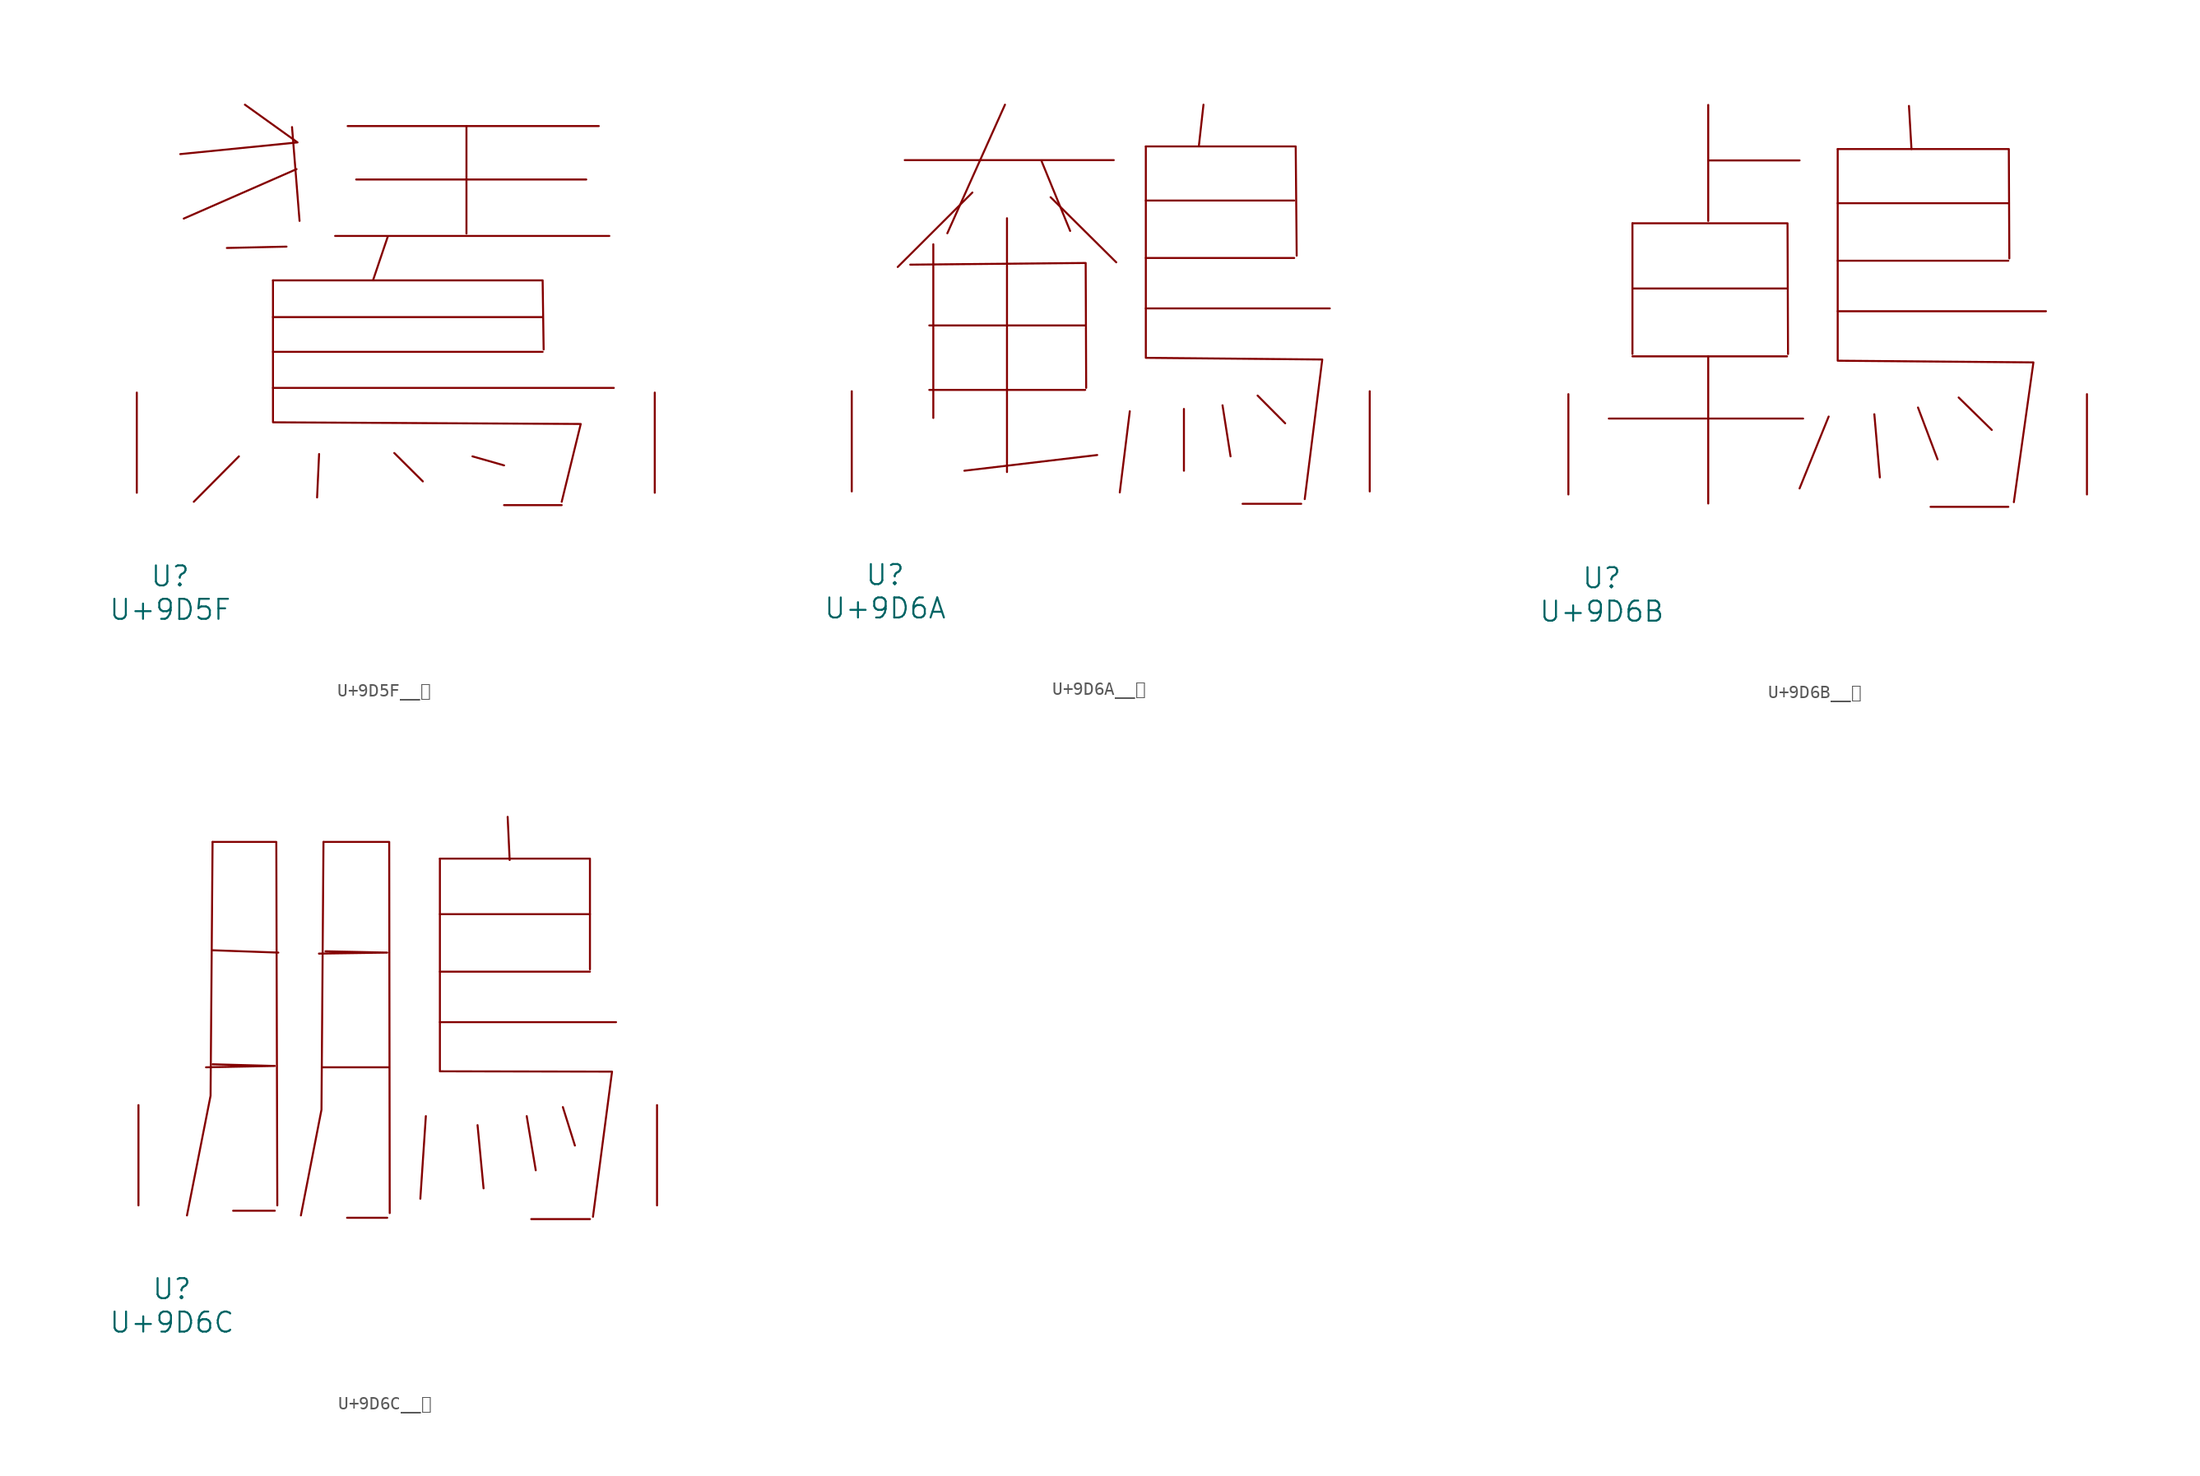
<source format=kicad_sym>
(kicad_symbol_lib
  (version 20231120)
  (generator "kicad_symbol_editor")
  (generator_version "8.0")
  (symbol "U+9D5F__鵟"
    (pin_names
      (offset 1.016))
    (property "Reference" "U"
      (at 0 -6.35 0)
      (effects (font (size 1.524 1.524))))
    (property "Value" "U+9D5F"
      (at 0 -8.89 0)
      (effects (font (size 1.524 1.524))))
    (symbol "U+9D5F__鵟_0_1"
      (polyline (pts (xy 5.22 2.769) (xy 1.791 -0.686)) (stroke (width 0) (type solid)) (fill (type none)))
      (polyline (pts (xy 7.811 7.976) (xy 33.718 7.976)) (stroke (width 0) (type solid)) (fill (type none)))
      (polyline (pts (xy 7.811 10.719) (xy 28.308 10.719)) (stroke (width 0) (type solid)) (fill (type none)))
      (polyline (pts (xy 7.811 13.36) (xy 28.308 13.36)) (stroke (width 0) (type solid)) (fill (type none)))
      (polyline (pts (xy 8.839 18.72) (xy 4.305 18.618)) (stroke (width 0) (type solid)) (fill (type none)))
      (polyline (pts (xy 9.258 27.813) (xy 9.83 20.676)) (stroke (width 0) (type solid)) (fill (type none)))
      (polyline (pts (xy 9.601 24.613) (xy 1.029 20.853)) (stroke (width 0) (type solid)) (fill (type none)))
      (polyline (pts (xy 11.316 2.946) (xy 11.163 -0.356)) (stroke (width 0) (type solid)) (fill (type none)))
      (polyline (pts (xy 12.535 19.533) (xy 33.376 19.533)) (stroke (width 0) (type solid)) (fill (type none)))
      (polyline (pts (xy 13.487 27.889) (xy 32.575 27.889)) (stroke (width 0) (type solid)) (fill (type none)))
      (polyline (pts (xy 14.135 23.825) (xy 31.623 23.825)) (stroke (width 0) (type solid)) (fill (type none)))
      (polyline (pts (xy 16.535 19.482) (xy 15.431 16.205)) (stroke (width 0) (type solid)) (fill (type none)))
      (polyline (pts (xy 17.031 3.023) (xy 19.202 0.864)) (stroke (width 0) (type solid)) (fill (type none)))
      (polyline (pts (xy 22.517 27.889) (xy 22.517 19.71)) (stroke (width 0) (type solid)) (fill (type none)))
      (polyline (pts (xy 22.974 2.769) (xy 25.375 2.083)) (stroke (width 0) (type solid)) (fill (type none)))
      (polyline (pts (xy 25.375 -0.94) (xy 29.756 -0.94)) (stroke (width 0) (type solid)) (fill (type none)))
      (polyline (pts (xy 5.677 29.515) (xy 9.677 26.645) (xy 0.762 25.756)) (stroke (width 0) (type solid)) (fill (type none)))
      (polyline (pts (xy 7.811 16.154) (xy 28.308 16.154) (xy 28.384 10.897)) (stroke (width 0) (type solid)) (fill (type none)))
      (polyline (pts (xy 7.811 16.154) (xy 7.811 5.359) (xy 31.204 5.232) (xy 29.756 -0.686)) (stroke (width 0) (type solid)) (fill (type none)))
      (pin input line (at -2.54 0 90) (length 7.62) (name "~" (effects (font (size 1.27 1.27)))) (number "~" (effects (font (size 1.27 1.27)))))
      (pin input line (at 36.83 0 90) (length 7.62) (name "~" (effects (font (size 1.27 1.27)))) (number "~" (effects (font (size 1.27 1.27)))))))
  (symbol "U+9D6A__鵪"
    (pin_names
      (offset 1.016))
    (property "Reference" "U"
      (at 0 -6.35 0)
      (effects (font (size 1.524 1.524))))
    (property "Value" "U+9D6A"
      (at 0 -8.89 0)
      (effects (font (size 1.524 1.524))))
    (symbol "U+9D6A__鵪_0_1"
      (polyline (pts (xy 1.486 25.197) (xy 17.374 25.197)) (stroke (width 0) (type solid)) (fill (type none)))
      (polyline (pts (xy 3.353 7.722) (xy 15.202 7.722)) (stroke (width 0) (type solid)) (fill (type none)))
      (polyline (pts (xy 3.353 12.624) (xy 15.202 12.624)) (stroke (width 0) (type solid)) (fill (type none)))
      (polyline (pts (xy 3.658 18.796) (xy 3.658 5.588)) (stroke (width 0) (type solid)) (fill (type none)))
      (polyline (pts (xy 6.629 22.733) (xy 0.953 17.069)) (stroke (width 0) (type solid)) (fill (type none)))
      (polyline (pts (xy 9.106 29.413) (xy 4.724 19.634)) (stroke (width 0) (type solid)) (fill (type none)))
      (polyline (pts (xy 9.258 20.777) (xy 9.258 1.473)) (stroke (width 0) (type solid)) (fill (type none)))
      (polyline (pts (xy 11.887 25.121) (xy 14.059 19.812)) (stroke (width 0) (type solid)) (fill (type none)))
      (polyline (pts (xy 12.573 22.377) (xy 17.564 17.424)) (stroke (width 0) (type solid)) (fill (type none)))
      (polyline (pts (xy 16.116 2.769) (xy 6.02 1.575)) (stroke (width 0) (type solid)) (fill (type none)))
      (polyline (pts (xy 18.593 6.096) (xy 17.831 -0.076)) (stroke (width 0) (type solid)) (fill (type none)))
      (polyline (pts (xy 19.812 13.919) (xy 33.795 13.919)) (stroke (width 0) (type solid)) (fill (type none)))
      (polyline (pts (xy 19.812 17.755) (xy 31.09 17.755)) (stroke (width 0) (type solid)) (fill (type none)))
      (polyline (pts (xy 19.812 22.123) (xy 31.09 22.123)) (stroke (width 0) (type solid)) (fill (type none)))
      (polyline (pts (xy 22.708 6.274) (xy 22.708 1.575)) (stroke (width 0) (type solid)) (fill (type none)))
      (polyline (pts (xy 24.194 29.413) (xy 23.851 26.34)) (stroke (width 0) (type solid)) (fill (type none)))
      (polyline (pts (xy 25.641 6.553) (xy 26.251 2.667)) (stroke (width 0) (type solid)) (fill (type none)))
      (polyline (pts (xy 27.165 -0.94) (xy 31.623 -0.94)) (stroke (width 0) (type solid)) (fill (type none)))
      (polyline (pts (xy 28.308 7.29) (xy 30.404 5.182)) (stroke (width 0) (type solid)) (fill (type none)))
      (polyline (pts (xy 1.905 17.247) (xy 15.24 17.374) (xy 15.278 7.874)) (stroke (width 0) (type solid)) (fill (type none)))
      (polyline (pts (xy 19.812 26.238) (xy 31.204 26.238) (xy 31.28 17.932)) (stroke (width 0) (type solid)) (fill (type none)))
      (polyline (pts (xy 19.812 26.238) (xy 19.812 10.16) (xy 33.223 10.033) (xy 31.89 -0.584)) (stroke (width 0) (type solid)) (fill (type none)))
      (pin input line (at -2.54 0 90) (length 7.62) (name "~" (effects (font (size 1.27 1.27)))) (number "~" (effects (font (size 1.27 1.27)))))
      (pin input line (at 36.83 0 90) (length 7.62) (name "~" (effects (font (size 1.27 1.27)))) (number "~" (effects (font (size 1.27 1.27)))))))
  (symbol "U+9D6B__鵫"
    (pin_names
      (offset 1.016))
    (property "Reference" "U"
      (at 0 -6.35 0)
      (effects (font (size 1.524 1.524))))
    (property "Value" "U+9D6B"
      (at 0 -8.89 0)
      (effects (font (size 1.524 1.524))))
    (symbol "U+9D6B__鵫_0_1"
      (polyline (pts (xy 0.533 5.766) (xy 15.278 5.766)) (stroke (width 0) (type solid)) (fill (type none)))
      (polyline (pts (xy 2.324 10.49) (xy 14.059 10.49)) (stroke (width 0) (type solid)) (fill (type none)))
      (polyline (pts (xy 2.324 15.646) (xy 14.059 15.646)) (stroke (width 0) (type solid)) (fill (type none)))
      (polyline (pts (xy 2.324 20.599) (xy 2.324 10.668)) (stroke (width 0) (type solid)) (fill (type none)))
      (polyline (pts (xy 8.077 10.49) (xy 8.077 -0.686)) (stroke (width 0) (type solid)) (fill (type none)))
      (polyline (pts (xy 8.077 25.375) (xy 15.011 25.375)) (stroke (width 0) (type solid)) (fill (type none)))
      (polyline (pts (xy 8.077 29.591) (xy 8.077 20.777)) (stroke (width 0) (type solid)) (fill (type none)))
      (polyline (pts (xy 17.221 5.918) (xy 15.011 0.457)) (stroke (width 0) (type solid)) (fill (type none)))
      (polyline (pts (xy 17.907 13.919) (xy 33.718 13.919)) (stroke (width 0) (type solid)) (fill (type none)))
      (polyline (pts (xy 17.907 17.755) (xy 30.861 17.755)) (stroke (width 0) (type solid)) (fill (type none)))
      (polyline (pts (xy 17.907 22.123) (xy 30.861 22.123)) (stroke (width 0) (type solid)) (fill (type none)))
      (polyline (pts (xy 20.688 6.096) (xy 21.107 1.295)) (stroke (width 0) (type solid)) (fill (type none)))
      (polyline (pts (xy 23.317 29.515) (xy 23.508 26.238)) (stroke (width 0) (type solid)) (fill (type none)))
      (polyline (pts (xy 24.003 6.604) (xy 25.489 2.667)) (stroke (width 0) (type solid)) (fill (type none)))
      (polyline (pts (xy 24.956 -0.94) (xy 30.861 -0.94)) (stroke (width 0) (type solid)) (fill (type none)))
      (polyline (pts (xy 27.089 7.366) (xy 29.604 4.902)) (stroke (width 0) (type solid)) (fill (type none)))
      (polyline (pts (xy 2.324 20.599) (xy 14.097 20.599) (xy 14.135 10.668)) (stroke (width 0) (type solid)) (fill (type none)))
      (polyline (pts (xy 17.907 26.238) (xy 30.899 26.238) (xy 30.937 17.932)) (stroke (width 0) (type solid)) (fill (type none)))
      (polyline (pts (xy 17.907 26.238) (xy 17.907 10.16) (xy 32.766 10.033) (xy 31.28 -0.584)) (stroke (width 0) (type solid)) (fill (type none)))
      (pin input line (at -2.54 0 90) (length 7.62) (name "~" (effects (font (size 1.27 1.27)))) (number "~" (effects (font (size 1.27 1.27)))))
      (pin input line (at 36.83 0 90) (length 7.62) (name "~" (effects (font (size 1.27 1.27)))) (number "~" (effects (font (size 1.27 1.27)))))))
  (symbol "U+9D6C__鵬"
    (pin_names
      (offset 1.016))
    (property "Reference" "U"
      (at 0 -6.35 0)
      (effects (font (size 1.524 1.524))))
    (property "Value" "U+9D6C"
      (at 0 -8.89 0)
      (effects (font (size 1.524 1.524))))
    (symbol "U+9D6C__鵬_0_1"
      (polyline (pts (xy 3.086 19.38) (xy 8.077 19.202)) (stroke (width 0) (type solid)) (fill (type none)))
      (polyline (pts (xy 4.648 -0.406) (xy 7.811 -0.406)) (stroke (width 0) (type solid)) (fill (type none)))
      (polyline (pts (xy 11.43 10.49) (xy 16.459 10.49)) (stroke (width 0) (type solid)) (fill (type none)))
      (polyline (pts (xy 13.297 -0.94) (xy 16.345 -0.94)) (stroke (width 0) (type solid)) (fill (type none)))
      (polyline (pts (xy 19.279 6.782) (xy 18.86 0.508)) (stroke (width 0) (type solid)) (fill (type none)))
      (polyline (pts (xy 20.345 13.919) (xy 33.718 13.919)) (stroke (width 0) (type solid)) (fill (type none)))
      (polyline (pts (xy 20.345 17.755) (xy 31.737 17.755)) (stroke (width 0) (type solid)) (fill (type none)))
      (polyline (pts (xy 20.345 22.123) (xy 31.737 22.123)) (stroke (width 0) (type solid)) (fill (type none)))
      (polyline (pts (xy 23.203 6.096) (xy 23.66 1.295)) (stroke (width 0) (type solid)) (fill (type none)))
      (polyline (pts (xy 25.489 29.515) (xy 25.641 26.238)) (stroke (width 0) (type solid)) (fill (type none)))
      (polyline (pts (xy 26.937 6.782) (xy 27.622 2.667)) (stroke (width 0) (type solid)) (fill (type none)))
      (polyline (pts (xy 27.28 -1.041) (xy 31.737 -1.041)) (stroke (width 0) (type solid)) (fill (type none)))
      (polyline (pts (xy 29.68 7.468) (xy 30.594 4.547)) (stroke (width 0) (type solid)) (fill (type none)))
      (polyline (pts (xy 3.086 10.719) (xy 7.811 10.592) (xy 2.591 10.49)) (stroke (width 0) (type solid)) (fill (type none)))
      (polyline (pts (xy 3.086 27.61) (xy 2.934 8.331) (xy 1.143 -0.762)) (stroke (width 0) (type solid)) (fill (type none)))
      (polyline (pts (xy 3.086 27.61) (xy 7.925 27.61) (xy 8.001 0)) (stroke (width 0) (type solid)) (fill (type none)))
      (polyline (pts (xy 11.506 27.61) (xy 11.354 7.264) (xy 9.792 -0.762)) (stroke (width 0) (type solid)) (fill (type none)))
      (polyline (pts (xy 11.506 27.61) (xy 16.497 27.61) (xy 16.535 -0.584)) (stroke (width 0) (type solid)) (fill (type none)))
      (polyline (pts (xy 11.659 19.304) (xy 16.345 19.202) (xy 11.163 19.126)) (stroke (width 0) (type solid)) (fill (type none)))
      (polyline (pts (xy 20.345 26.34) (xy 31.737 26.34) (xy 31.737 17.932)) (stroke (width 0) (type solid)) (fill (type none)))
      (polyline (pts (xy 20.345 26.34) (xy 20.345 10.185) (xy 33.414 10.16) (xy 31.966 -0.864)) (stroke (width 0) (type solid)) (fill (type none)))
      (pin input line (at -2.54 0 90) (length 7.62) (name "~" (effects (font (size 1.27 1.27)))) (number "~" (effects (font (size 1.27 1.27)))))
      (pin input line (at 36.83 0 90) (length 7.62) (name "~" (effects (font (size 1.27 1.27)))) (number "~" (effects (font (size 1.27 1.27))))))))
</source>
